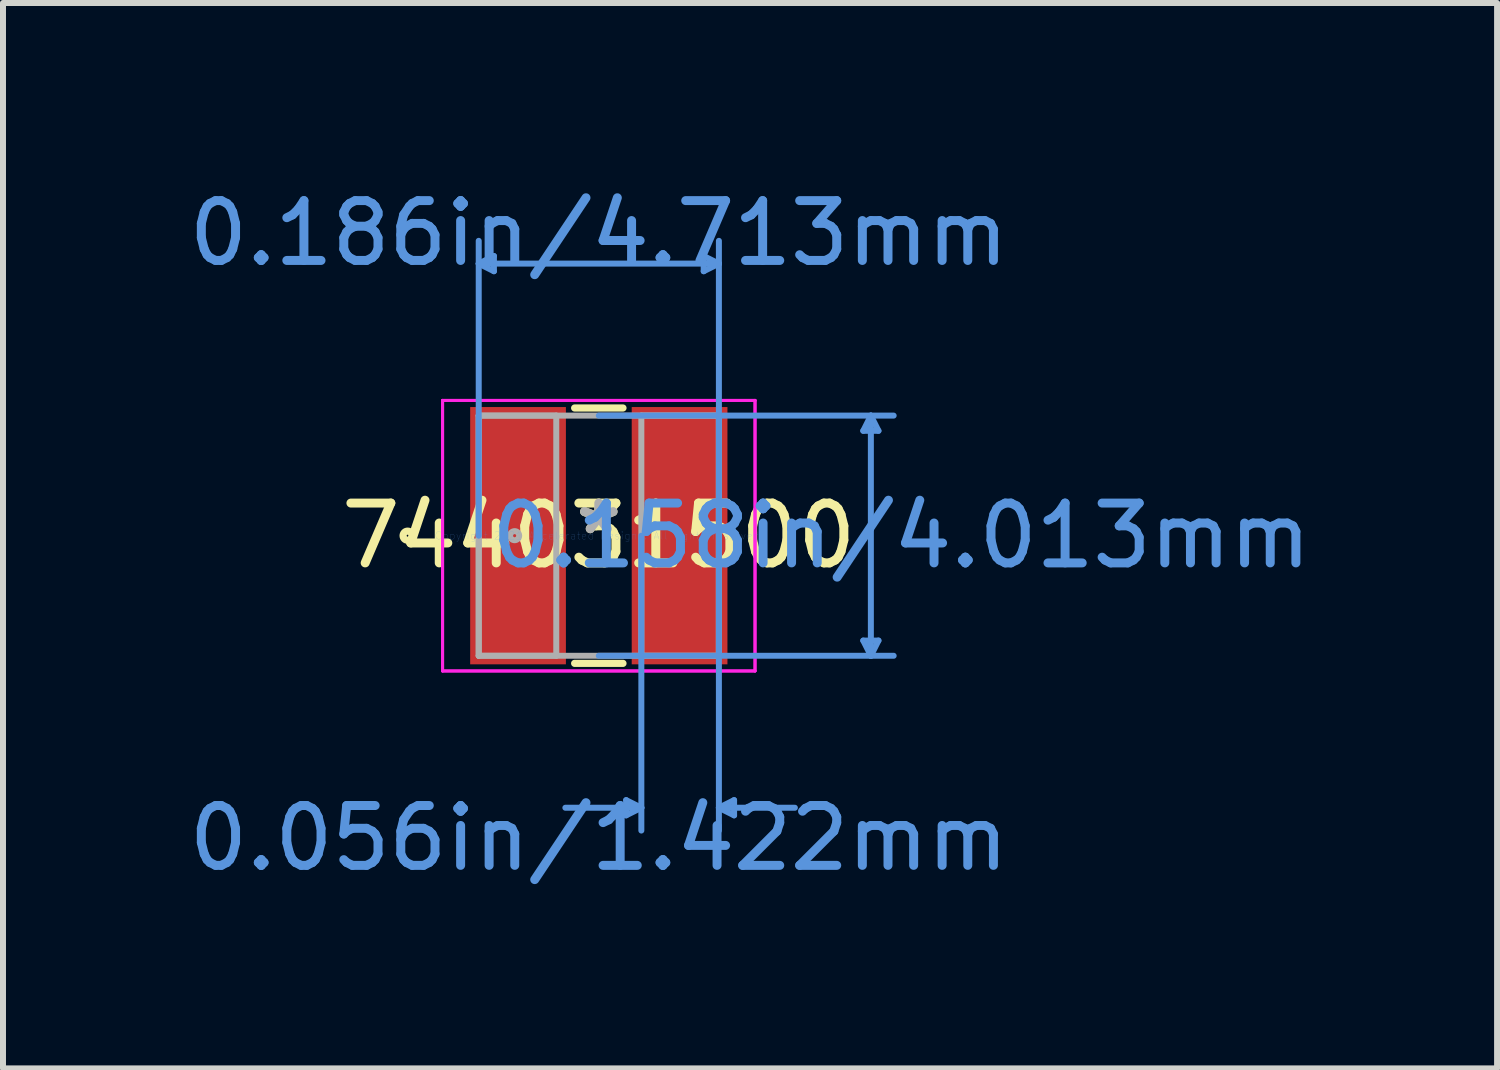
<source format=kicad_pcb>
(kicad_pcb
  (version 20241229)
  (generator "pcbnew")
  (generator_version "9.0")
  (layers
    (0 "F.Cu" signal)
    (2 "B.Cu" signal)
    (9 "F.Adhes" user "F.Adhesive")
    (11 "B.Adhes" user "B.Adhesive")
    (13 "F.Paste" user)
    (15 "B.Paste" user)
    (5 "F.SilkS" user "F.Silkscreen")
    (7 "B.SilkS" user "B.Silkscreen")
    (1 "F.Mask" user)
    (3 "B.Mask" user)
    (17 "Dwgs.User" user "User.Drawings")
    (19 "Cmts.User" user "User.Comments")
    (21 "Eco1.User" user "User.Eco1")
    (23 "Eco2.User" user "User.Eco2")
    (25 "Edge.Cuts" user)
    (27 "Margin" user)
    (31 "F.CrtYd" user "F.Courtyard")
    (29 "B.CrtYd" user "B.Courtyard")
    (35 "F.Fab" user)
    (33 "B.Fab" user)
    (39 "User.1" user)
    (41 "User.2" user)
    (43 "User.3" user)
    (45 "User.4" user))
  (footprint "744031500"
    (layer "F.Cu")
    (at 6.958 5.903)
    (property "Reference" "744031500" (at 0 0 0) (layer "F.SilkS") (effects (font (size 1 1) (thickness 0.15))))
    (attr through_hole)
    (fp_line (start -0.404 2.134) (end 0.404 2.134) (stroke (width 0.12) (type solid)) (layer "F.SilkS"))
    (fp_line (start 0.404 -2.134) (end -0.404 -2.134) (stroke (width 0.12) (type solid)) (layer "F.SilkS"))
    (fp_circle (center -3.195 0) (end -3.119 0) (stroke (width 0.12) (type solid)) (fill no) (layer "F.SilkS"))
    (fp_line (start -2.007 -4.547) (end -1.753 -4.674) (stroke (width 0.1) (type solid)) (layer "Cmts.User"))
    (fp_line (start -2.007 -4.547) (end -1.753 -4.42) (stroke (width 0.1) (type solid)) (layer "Cmts.User"))
    (fp_line (start -2.007 -4.547) (end 2.007 -4.547) (stroke (width 0.1) (type solid)) (layer "Cmts.User"))
    (fp_line (start -2.007 0) (end -2.007 -4.928) (stroke (width 0.1) (type solid)) (layer "Cmts.User"))
    (fp_line (start -1.753 -4.674) (end -1.753 -4.42) (stroke (width 0.1) (type solid)) (layer "Cmts.User"))
    (fp_line (start 0 -2.007) (end 4.928 -2.007) (stroke (width 0.1) (type solid)) (layer "Cmts.User"))
    (fp_line (start 0 2.007) (end 4.928 2.007) (stroke (width 0.1) (type solid)) (layer "Cmts.User"))
    (fp_line (start 0.457 4.42) (end 0.457 4.674) (stroke (width 0.1) (type solid)) (layer "Cmts.User"))
    (fp_line (start 0.711 0) (end 0.711 4.928) (stroke (width 0.1) (type solid)) (layer "Cmts.User"))
    (fp_line (start 0.711 4.547) (end -0.559 4.547) (stroke (width 0.1) (type solid)) (layer "Cmts.User"))
    (fp_line (start 0.711 4.547) (end 0.457 4.42) (stroke (width 0.1) (type solid)) (layer "Cmts.User"))
    (fp_line (start 0.711 4.547) (end 0.457 4.674) (stroke (width 0.1) (type solid)) (layer "Cmts.User"))
    (fp_line (start 1.753 -4.674) (end 1.753 -4.42) (stroke (width 0.1) (type solid)) (layer "Cmts.User"))
    (fp_line (start 2.007 -4.547) (end 1.753 -4.674) (stroke (width 0.1) (type solid)) (layer "Cmts.User"))
    (fp_line (start 2.007 -4.547) (end 1.753 -4.42) (stroke (width 0.1) (type solid)) (layer "Cmts.User"))
    (fp_line (start 2.007 0) (end 2.007 -4.928) (stroke (width 0.1) (type solid)) (layer "Cmts.User"))
    (fp_line (start 2.007 0) (end 2.007 4.928) (stroke (width 0.1) (type solid)) (layer "Cmts.User"))
    (fp_line (start 2.007 4.547) (end 2.261 4.42) (stroke (width 0.1) (type solid)) (layer "Cmts.User"))
    (fp_line (start 2.007 4.547) (end 2.261 4.674) (stroke (width 0.1) (type solid)) (layer "Cmts.User"))
    (fp_line (start 2.007 4.547) (end 3.277 4.547) (stroke (width 0.1) (type solid)) (layer "Cmts.User"))
    (fp_line (start 2.261 4.42) (end 2.261 4.674) (stroke (width 0.1) (type solid)) (layer "Cmts.User"))
    (fp_line (start 4.42 -1.753) (end 4.674 -1.753) (stroke (width 0.1) (type solid)) (layer "Cmts.User"))
    (fp_line (start 4.42 1.753) (end 4.674 1.753) (stroke (width 0.1) (type solid)) (layer "Cmts.User"))
    (fp_line (start 4.547 -2.007) (end 4.42 -1.753) (stroke (width 0.1) (type solid)) (layer "Cmts.User"))
    (fp_line (start 4.547 -2.007) (end 4.547 2.007) (stroke (width 0.1) (type solid)) (layer "Cmts.User"))
    (fp_line (start 4.547 -2.007) (end 4.674 -1.753) (stroke (width 0.1) (type solid)) (layer "Cmts.User"))
    (fp_line (start 4.547 2.007) (end 4.42 1.753) (stroke (width 0.1) (type solid)) (layer "Cmts.User"))
    (fp_line (start 4.547 2.007) (end 4.674 1.753) (stroke (width 0.1) (type solid)) (layer "Cmts.User"))
    (fp_line (start -2.611 -2.261) (end 2.611 -2.261) (stroke (width 0.05) (type solid)) (layer "F.CrtYd"))
    (fp_line (start -2.611 -2.261) (end 2.611 -2.261) (stroke (width 0.05) (type solid)) (layer "F.CrtYd"))
    (fp_line (start -2.611 2.261) (end -2.611 -2.261) (stroke (width 0.05) (type solid)) (layer "F.CrtYd"))
    (fp_line (start -2.611 2.261) (end -2.611 -2.261) (stroke (width 0.05) (type solid)) (layer "F.CrtYd"))
    (fp_line (start 2.611 -2.261) (end 2.611 2.261) (stroke (width 0.05) (type solid)) (layer "F.CrtYd"))
    (fp_line (start 2.611 -2.261) (end 2.611 2.261) (stroke (width 0.05) (type solid)) (layer "F.CrtYd"))
    (fp_line (start 2.611 2.261) (end -2.611 2.261) (stroke (width 0.05) (type solid)) (layer "F.CrtYd"))
    (fp_line (start 2.611 2.261) (end -2.611 2.261) (stroke (width 0.05) (type solid)) (layer "F.CrtYd"))
    (fp_line (start -2.007 -2.007) (end -2.007 2.007) (stroke (width 0.1) (type solid)) (layer "F.Fab"))
    (fp_line (start -2.007 -2.007) (end -2.007 2.007) (stroke (width 0.1) (type solid)) (layer "F.Fab"))
    (fp_line (start -2.007 2.007) (end -0.711 2.007) (stroke (width 0.1) (type solid)) (layer "F.Fab"))
    (fp_line (start -2.007 2.007) (end 2.007 2.007) (stroke (width 0.1) (type solid)) (layer "F.Fab"))
    (fp_line (start -0.711 -2.007) (end -2.007 -2.007) (stroke (width 0.1) (type solid)) (layer "F.Fab"))
    (fp_line (start -0.711 2.007) (end -0.711 -2.007) (stroke (width 0.1) (type solid)) (layer "F.Fab"))
    (fp_line (start 0.711 -2.007) (end 0.711 2.007) (stroke (width 0.1) (type solid)) (layer "F.Fab"))
    (fp_line (start 0.711 2.007) (end 2.007 2.007) (stroke (width 0.1) (type solid)) (layer "F.Fab"))
    (fp_line (start 2.007 -2.007) (end -2.007 -2.007) (stroke (width 0.1) (type solid)) (layer "F.Fab"))
    (fp_line (start 2.007 -2.007) (end 0.711 -2.007) (stroke (width 0.1) (type solid)) (layer "F.Fab"))
    (fp_line (start 2.007 2.007) (end 2.007 -2.007) (stroke (width 0.1) (type solid)) (layer "F.Fab"))
    (fp_line (start 2.007 2.007) (end 2.007 -2.007) (stroke (width 0.1) (type solid)) (layer "F.Fab"))
    (fp_circle (center -1.407 0) (end -1.331 0) (stroke (width 0.1) (type solid)) (fill no) (layer "F.Fab"))
    (fp_text user "*" (at 0 0 0) (layer "F.SilkS") (effects (font (size 1 1) (thickness 0.15))))
    (fp_text user "0.056in/1.422mm" (at 0 5.055 0) (layer "Cmts.User") (effects (font (size 1 1) (thickness 0.15))))
    (fp_text user "Copyright 2021 Accelerated Designs. All rights reserved." (at 0 0 0) (layer "Cmts.User") (effects (font (size 0.127 0.127) (thickness 0.002))))
    (fp_text user "0.158in/4.013mm" (at 5.055 0 0) (layer "Cmts.User") (effects (font (size 1 1) (thickness 0.15))))
    (fp_text user "0.186in/4.713mm" (at 0 -5.055 0) (layer "Cmts.User") (effects (font (size 1 1) (thickness 0.15))))
    (fp_text user "*" (at 0 0 0) (layer "F.Fab") (effects (font (size 1 1) (thickness 0.15))))
    (pad "1" smd rect (at -1.35 0) (size 1.6 4.3) (layers "F.Cu" "F.Mask" "F.Paste"))
    (pad "2" smd rect (at 1.35 0) (size 1.6 4.3) (layers "F.Cu" "F.Mask" "F.Paste")))
  (gr_rect
    (start -3 -3)
    (end 21.971 14.806)
    (stroke (width 0.1) (type default))
    (fill no)
    (layer "Edge.Cuts")))
</source>
